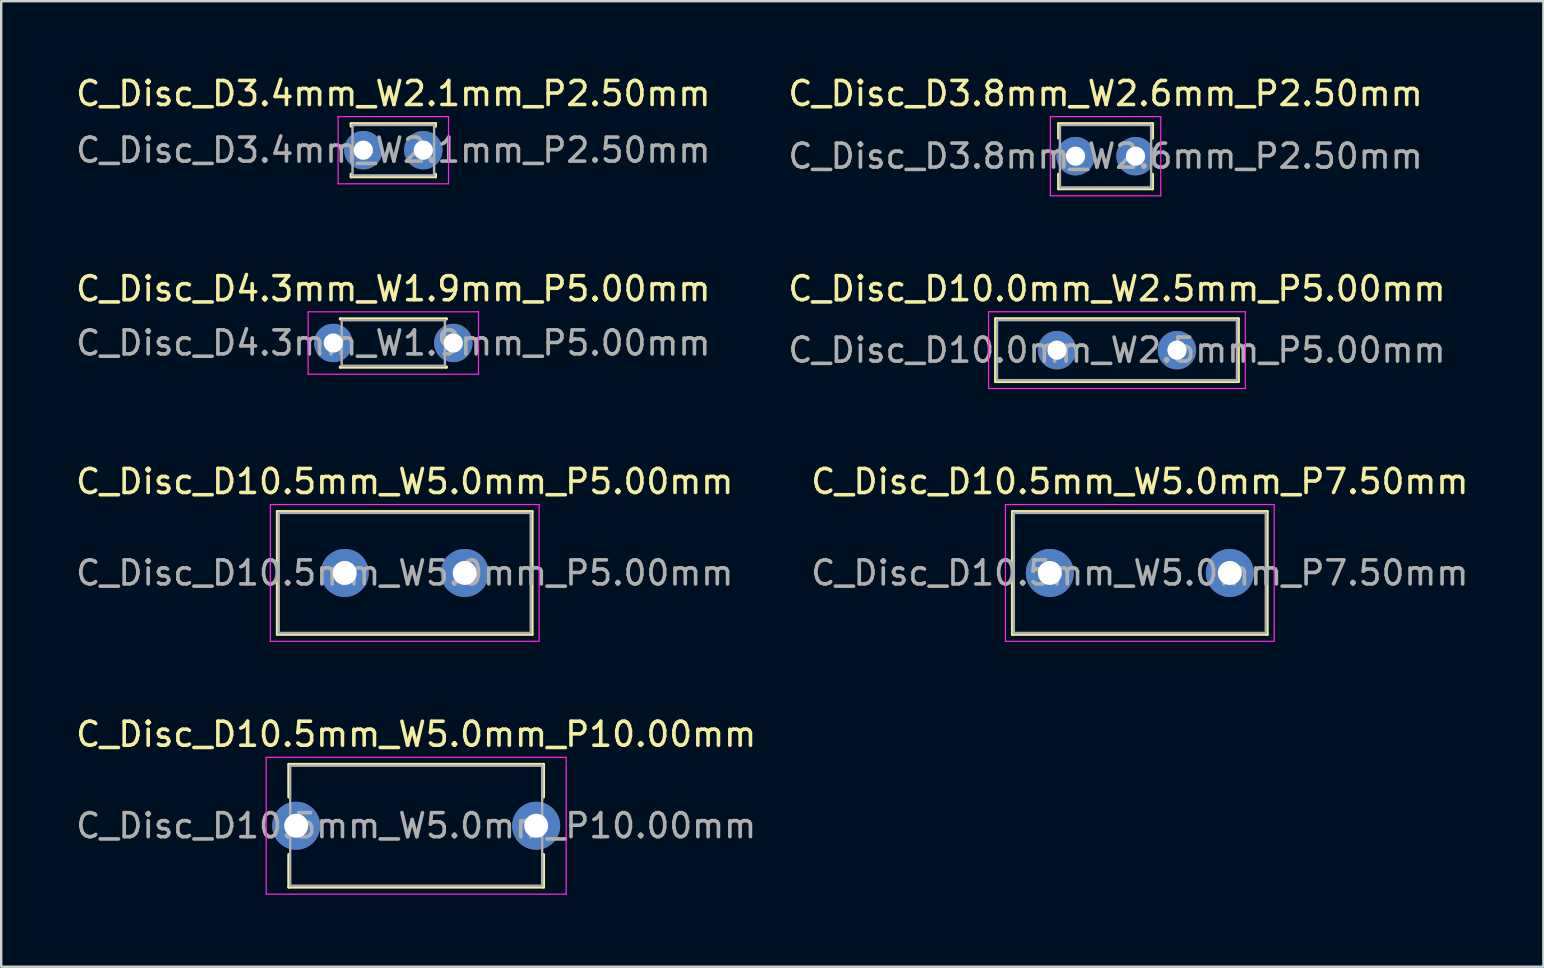
<source format=kicad_pcb>
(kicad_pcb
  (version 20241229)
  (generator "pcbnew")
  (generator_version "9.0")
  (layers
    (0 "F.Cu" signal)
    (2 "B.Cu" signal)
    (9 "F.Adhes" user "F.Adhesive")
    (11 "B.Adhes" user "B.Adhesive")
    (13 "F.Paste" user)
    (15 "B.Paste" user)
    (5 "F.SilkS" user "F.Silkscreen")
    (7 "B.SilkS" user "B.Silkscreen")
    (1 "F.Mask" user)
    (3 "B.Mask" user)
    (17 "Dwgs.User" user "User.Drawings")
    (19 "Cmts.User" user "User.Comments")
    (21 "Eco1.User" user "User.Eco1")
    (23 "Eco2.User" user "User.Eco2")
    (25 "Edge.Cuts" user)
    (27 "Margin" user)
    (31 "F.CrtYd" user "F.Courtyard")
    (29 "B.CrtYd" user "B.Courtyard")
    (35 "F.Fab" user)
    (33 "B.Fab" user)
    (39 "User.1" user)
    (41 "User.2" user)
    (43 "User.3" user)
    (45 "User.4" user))
  (footprint "C_Disc_D10.5mm_W5.0mm_P10.00mm"
    (layer "F.Cu")
    (at 9.292 31.358)
    (property "Reference" "C_Disc_D10.5mm_W5.0mm_P10.00mm" (at 5 -3.81 0) (layer "F.SilkS") (effects (font (size 1 1) (thickness 0.15))))
    (attr through_hole)
    (fp_line (start -0.31 -2.56) (end -0.31 -1.195) (stroke (width 0.12) (type solid)) (layer "F.SilkS"))
    (fp_line (start -0.31 -2.56) (end 10.31 -2.56) (stroke (width 0.12) (type solid)) (layer "F.SilkS"))
    (fp_line (start -0.31 1.195) (end -0.31 2.56) (stroke (width 0.12) (type solid)) (layer "F.SilkS"))
    (fp_line (start -0.31 2.56) (end 10.31 2.56) (stroke (width 0.12) (type solid)) (layer "F.SilkS"))
    (fp_line (start 10.31 -2.56) (end 10.31 -1.195) (stroke (width 0.12) (type solid)) (layer "F.SilkS"))
    (fp_line (start 10.31 1.195) (end 10.31 2.56) (stroke (width 0.12) (type solid)) (layer "F.SilkS"))
    (fp_line (start -1.25 -2.85) (end -1.25 2.85) (stroke (width 0.05) (type solid)) (layer "F.CrtYd"))
    (fp_line (start -1.25 2.85) (end 11.25 2.85) (stroke (width 0.05) (type solid)) (layer "F.CrtYd"))
    (fp_line (start 11.25 -2.85) (end -1.25 -2.85) (stroke (width 0.05) (type solid)) (layer "F.CrtYd"))
    (fp_line (start 11.25 2.85) (end 11.25 -2.85) (stroke (width 0.05) (type solid)) (layer "F.CrtYd"))
    (fp_line (start -0.25 -2.5) (end -0.25 2.5) (stroke (width 0.1) (type solid)) (layer "F.Fab"))
    (fp_line (start -0.25 2.5) (end 10.25 2.5) (stroke (width 0.1) (type solid)) (layer "F.Fab"))
    (fp_line (start 10.25 -2.5) (end -0.25 -2.5) (stroke (width 0.1) (type solid)) (layer "F.Fab"))
    (fp_line (start 10.25 2.5) (end 10.25 -2.5) (stroke (width 0.1) (type solid)) (layer "F.Fab"))
    (fp_text user "${REFERENCE}" (at 5 0 0) (layer "F.Fab") (effects (font (size 1 1) (thickness 0.15))))
    (pad "1" thru_hole circle (at 0 0) (size 2 2) (drill 1) (layers "*.Cu" "*.Mask"))
    (pad "2" thru_hole circle (at 10 0) (size 2 2) (drill 1) (layers "*.Cu" "*.Mask")))
  (footprint "C_Disc_D10.5mm_W5.0mm_P7.50mm"
    (layer "F.Cu")
    (at 40.696 20.825)
    (property "Reference" "C_Disc_D10.5mm_W5.0mm_P7.50mm" (at 3.75 -3.81 0) (layer "F.SilkS") (effects (font (size 1 1) (thickness 0.15))))
    (attr through_hole)
    (fp_line (start -1.56 -2.56) (end -1.56 2.56) (stroke (width 0.12) (type solid)) (layer "F.SilkS"))
    (fp_line (start -1.56 -2.56) (end 9.06 -2.56) (stroke (width 0.12) (type solid)) (layer "F.SilkS"))
    (fp_line (start -1.56 2.56) (end 9.06 2.56) (stroke (width 0.12) (type solid)) (layer "F.SilkS"))
    (fp_line (start 9.06 -2.56) (end 9.06 2.56) (stroke (width 0.12) (type solid)) (layer "F.SilkS"))
    (fp_line (start -1.85 -2.85) (end -1.85 2.85) (stroke (width 0.05) (type solid)) (layer "F.CrtYd"))
    (fp_line (start -1.85 2.85) (end 9.35 2.85) (stroke (width 0.05) (type solid)) (layer "F.CrtYd"))
    (fp_line (start 9.35 -2.85) (end -1.85 -2.85) (stroke (width 0.05) (type solid)) (layer "F.CrtYd"))
    (fp_line (start 9.35 2.85) (end 9.35 -2.85) (stroke (width 0.05) (type solid)) (layer "F.CrtYd"))
    (fp_line (start -1.5 -2.5) (end -1.5 2.5) (stroke (width 0.1) (type solid)) (layer "F.Fab"))
    (fp_line (start -1.5 2.5) (end 9 2.5) (stroke (width 0.1) (type solid)) (layer "F.Fab"))
    (fp_line (start 9 -2.5) (end -1.5 -2.5) (stroke (width 0.1) (type solid)) (layer "F.Fab"))
    (fp_line (start 9 2.5) (end 9 -2.5) (stroke (width 0.1) (type solid)) (layer "F.Fab"))
    (fp_text user "${REFERENCE}" (at 3.75 0 0) (layer "F.Fab") (effects (font (size 1 1) (thickness 0.15))))
    (pad "1" thru_hole circle (at 0 0) (size 2 2) (drill 1) (layers "*.Cu" "*.Mask"))
    (pad "2" thru_hole circle (at 7.5 0) (size 2 2) (drill 1) (layers "*.Cu" "*.Mask")))
  (footprint "C_Disc_D4.3mm_W1.9mm_P5.00mm"
    (layer "F.Cu")
    (at 10.839 11.242)
    (property "Reference" "C_Disc_D4.3mm_W1.9mm_P5.00mm" (at 2.5 -2.26 0) (layer "F.SilkS") (effects (font (size 1 1) (thickness 0.15))))
    (attr through_hole)
    (fp_line (start 0.29 -1.01) (end 0.29 -0.996) (stroke (width 0.12) (type solid)) (layer "F.SilkS"))
    (fp_line (start 0.29 -1.01) (end 4.71 -1.01) (stroke (width 0.12) (type solid)) (layer "F.SilkS"))
    (fp_line (start 0.29 0.996) (end 0.29 1.01) (stroke (width 0.12) (type solid)) (layer "F.SilkS"))
    (fp_line (start 0.29 1.01) (end 4.71 1.01) (stroke (width 0.12) (type solid)) (layer "F.SilkS"))
    (fp_line (start 4.71 -1.01) (end 4.71 -0.996) (stroke (width 0.12) (type solid)) (layer "F.SilkS"))
    (fp_line (start 4.71 0.996) (end 4.71 1.01) (stroke (width 0.12) (type solid)) (layer "F.SilkS"))
    (fp_line (start -1.05 -1.3) (end -1.05 1.3) (stroke (width 0.05) (type solid)) (layer "F.CrtYd"))
    (fp_line (start -1.05 1.3) (end 6.05 1.3) (stroke (width 0.05) (type solid)) (layer "F.CrtYd"))
    (fp_line (start 6.05 -1.3) (end -1.05 -1.3) (stroke (width 0.05) (type solid)) (layer "F.CrtYd"))
    (fp_line (start 6.05 1.3) (end 6.05 -1.3) (stroke (width 0.05) (type solid)) (layer "F.CrtYd"))
    (fp_line (start 0.35 -0.95) (end 0.35 0.95) (stroke (width 0.1) (type solid)) (layer "F.Fab"))
    (fp_line (start 0.35 0.95) (end 4.65 0.95) (stroke (width 0.1) (type solid)) (layer "F.Fab"))
    (fp_line (start 4.65 -0.95) (end 0.35 -0.95) (stroke (width 0.1) (type solid)) (layer "F.Fab"))
    (fp_line (start 4.65 0.95) (end 4.65 -0.95) (stroke (width 0.1) (type solid)) (layer "F.Fab"))
    (fp_text user "${REFERENCE}" (at 2.5 0 0) (layer "F.Fab") (effects (font (size 1 1) (thickness 0.15))))
    (pad "1" thru_hole circle (at 0 0) (size 1.6 1.6) (drill 0.8) (layers "*.Cu" "*.Mask"))
    (pad "2" thru_hole circle (at 5 0) (size 1.6 1.6) (drill 0.8) (layers "*.Cu" "*.Mask")))
  (footprint "C_Disc_D3.8mm_W2.6mm_P2.50mm"
    (layer "F.Cu")
    (at 41.768 3.458)
    (property "Reference" "C_Disc_D3.8mm_W2.6mm_P2.50mm" (at 1.25 -2.61 0) (layer "F.SilkS") (effects (font (size 1 1) (thickness 0.15))))
    (attr through_hole)
    (fp_line (start -0.71 -1.36) (end -0.71 -0.75) (stroke (width 0.12) (type solid)) (layer "F.SilkS"))
    (fp_line (start -0.71 -1.36) (end 3.21 -1.36) (stroke (width 0.12) (type solid)) (layer "F.SilkS"))
    (fp_line (start -0.71 0.75) (end -0.71 1.36) (stroke (width 0.12) (type solid)) (layer "F.SilkS"))
    (fp_line (start -0.71 1.36) (end 3.21 1.36) (stroke (width 0.12) (type solid)) (layer "F.SilkS"))
    (fp_line (start 3.21 -1.36) (end 3.21 -0.75) (stroke (width 0.12) (type solid)) (layer "F.SilkS"))
    (fp_line (start 3.21 0.75) (end 3.21 1.36) (stroke (width 0.12) (type solid)) (layer "F.SilkS"))
    (fp_line (start -1.05 -1.65) (end -1.05 1.65) (stroke (width 0.05) (type solid)) (layer "F.CrtYd"))
    (fp_line (start -1.05 1.65) (end 3.55 1.65) (stroke (width 0.05) (type solid)) (layer "F.CrtYd"))
    (fp_line (start 3.55 -1.65) (end -1.05 -1.65) (stroke (width 0.05) (type solid)) (layer "F.CrtYd"))
    (fp_line (start 3.55 1.65) (end 3.55 -1.65) (stroke (width 0.05) (type solid)) (layer "F.CrtYd"))
    (fp_line (start -0.65 -1.3) (end -0.65 1.3) (stroke (width 0.1) (type solid)) (layer "F.Fab"))
    (fp_line (start -0.65 1.3) (end 3.15 1.3) (stroke (width 0.1) (type solid)) (layer "F.Fab"))
    (fp_line (start 3.15 -1.3) (end -0.65 -1.3) (stroke (width 0.1) (type solid)) (layer "F.Fab"))
    (fp_line (start 3.15 1.3) (end 3.15 -1.3) (stroke (width 0.1) (type solid)) (layer "F.Fab"))
    (fp_text user "${REFERENCE}" (at 1.25 0 0) (layer "F.Fab") (effects (font (size 1 1) (thickness 0.15))))
    (pad "1" thru_hole circle (at 0 0) (size 1.6 1.6) (drill 0.8) (layers "*.Cu" "*.Mask"))
    (pad "2" thru_hole circle (at 2.5 0) (size 1.6 1.6) (drill 0.8) (layers "*.Cu" "*.Mask")))
  (footprint "C_Disc_D10.0mm_W2.5mm_P5.00mm"
    (layer "F.Cu")
    (at 40.994 11.541)
    (property "Reference" "C_Disc_D10.0mm_W2.5mm_P5.00mm" (at 2.5 -2.56 0) (layer "F.SilkS") (effects (font (size 1 1) (thickness 0.15))))
    (attr through_hole)
    (fp_line (start -2.56 -1.31) (end -2.56 1.31) (stroke (width 0.12) (type solid)) (layer "F.SilkS"))
    (fp_line (start -2.56 -1.31) (end 7.56 -1.31) (stroke (width 0.12) (type solid)) (layer "F.SilkS"))
    (fp_line (start -2.56 1.31) (end 7.56 1.31) (stroke (width 0.12) (type solid)) (layer "F.SilkS"))
    (fp_line (start 7.56 -1.31) (end 7.56 1.31) (stroke (width 0.12) (type solid)) (layer "F.SilkS"))
    (fp_line (start -2.85 -1.6) (end -2.85 1.6) (stroke (width 0.05) (type solid)) (layer "F.CrtYd"))
    (fp_line (start -2.85 1.6) (end 7.85 1.6) (stroke (width 0.05) (type solid)) (layer "F.CrtYd"))
    (fp_line (start 7.85 -1.6) (end -2.85 -1.6) (stroke (width 0.05) (type solid)) (layer "F.CrtYd"))
    (fp_line (start 7.85 1.6) (end 7.85 -1.6) (stroke (width 0.05) (type solid)) (layer "F.CrtYd"))
    (fp_line (start -2.5 -1.25) (end -2.5 1.25) (stroke (width 0.1) (type solid)) (layer "F.Fab"))
    (fp_line (start -2.5 1.25) (end 7.5 1.25) (stroke (width 0.1) (type solid)) (layer "F.Fab"))
    (fp_line (start 7.5 -1.25) (end -2.5 -1.25) (stroke (width 0.1) (type solid)) (layer "F.Fab"))
    (fp_line (start 7.5 1.25) (end 7.5 -1.25) (stroke (width 0.1) (type solid)) (layer "F.Fab"))
    (fp_text user "${REFERENCE}" (at 2.5 0 0) (layer "F.Fab") (effects (font (size 1 1) (thickness 0.15))))
    (pad "1" thru_hole circle (at 0 0) (size 1.6 1.6) (drill 0.8) (layers "*.Cu" "*.Mask"))
    (pad "2" thru_hole circle (at 5 0) (size 1.6 1.6) (drill 0.8) (layers "*.Cu" "*.Mask")))
  (footprint "C_Disc_D3.4mm_W2.1mm_P2.50mm"
    (layer "F.Cu")
    (at 12.089 3.208)
    (property "Reference" "C_Disc_D3.4mm_W2.1mm_P2.50mm" (at 1.25 -2.36 0) (layer "F.SilkS") (effects (font (size 1 1) (thickness 0.15))))
    (attr through_hole)
    (fp_line (start -0.51 -1.11) (end -0.51 -0.996) (stroke (width 0.12) (type solid)) (layer "F.SilkS"))
    (fp_line (start -0.51 -1.11) (end 3.01 -1.11) (stroke (width 0.12) (type solid)) (layer "F.SilkS"))
    (fp_line (start -0.51 0.996) (end -0.51 1.11) (stroke (width 0.12) (type solid)) (layer "F.SilkS"))
    (fp_line (start -0.51 1.11) (end 3.01 1.11) (stroke (width 0.12) (type solid)) (layer "F.SilkS"))
    (fp_line (start 3.01 -1.11) (end 3.01 -0.996) (stroke (width 0.12) (type solid)) (layer "F.SilkS"))
    (fp_line (start 3.01 0.996) (end 3.01 1.11) (stroke (width 0.12) (type solid)) (layer "F.SilkS"))
    (fp_line (start -1.05 -1.4) (end -1.05 1.4) (stroke (width 0.05) (type solid)) (layer "F.CrtYd"))
    (fp_line (start -1.05 1.4) (end 3.55 1.4) (stroke (width 0.05) (type solid)) (layer "F.CrtYd"))
    (fp_line (start 3.55 -1.4) (end -1.05 -1.4) (stroke (width 0.05) (type solid)) (layer "F.CrtYd"))
    (fp_line (start 3.55 1.4) (end 3.55 -1.4) (stroke (width 0.05) (type solid)) (layer "F.CrtYd"))
    (fp_line (start -0.45 -1.05) (end -0.45 1.05) (stroke (width 0.1) (type solid)) (layer "F.Fab"))
    (fp_line (start -0.45 1.05) (end 2.95 1.05) (stroke (width 0.1) (type solid)) (layer "F.Fab"))
    (fp_line (start 2.95 -1.05) (end -0.45 -1.05) (stroke (width 0.1) (type solid)) (layer "F.Fab"))
    (fp_line (start 2.95 1.05) (end 2.95 -1.05) (stroke (width 0.1) (type solid)) (layer "F.Fab"))
    (fp_text user "${REFERENCE}" (at 1.25 0 0) (layer "F.Fab") (effects (font (size 1 1) (thickness 0.15))))
    (pad "1" thru_hole circle (at 0 0) (size 1.6 1.6) (drill 0.8) (layers "*.Cu" "*.Mask"))
    (pad "2" thru_hole circle (at 2.5 0) (size 1.6 1.6) (drill 0.8) (layers "*.Cu" "*.Mask")))
  (footprint "C_Disc_D10.5mm_W5.0mm_P5.00mm"
    (layer "F.Cu")
    (at 11.315 20.825)
    (property "Reference" "C_Disc_D10.5mm_W5.0mm_P5.00mm" (at 2.5 -3.81 0) (layer "F.SilkS") (effects (font (size 1 1) (thickness 0.15))))
    (attr through_hole)
    (fp_line (start -2.81 -2.56) (end -2.81 2.56) (stroke (width 0.12) (type solid)) (layer "F.SilkS"))
    (fp_line (start -2.81 -2.56) (end 7.81 -2.56) (stroke (width 0.12) (type solid)) (layer "F.SilkS"))
    (fp_line (start -2.81 2.56) (end 7.81 2.56) (stroke (width 0.12) (type solid)) (layer "F.SilkS"))
    (fp_line (start 7.81 -2.56) (end 7.81 2.56) (stroke (width 0.12) (type solid)) (layer "F.SilkS"))
    (fp_line (start -3.1 -2.85) (end -3.1 2.85) (stroke (width 0.05) (type solid)) (layer "F.CrtYd"))
    (fp_line (start -3.1 2.85) (end 8.1 2.85) (stroke (width 0.05) (type solid)) (layer "F.CrtYd"))
    (fp_line (start 8.1 -2.85) (end -3.1 -2.85) (stroke (width 0.05) (type solid)) (layer "F.CrtYd"))
    (fp_line (start 8.1 2.85) (end 8.1 -2.85) (stroke (width 0.05) (type solid)) (layer "F.CrtYd"))
    (fp_line (start -2.75 -2.5) (end -2.75 2.5) (stroke (width 0.1) (type solid)) (layer "F.Fab"))
    (fp_line (start -2.75 2.5) (end 7.75 2.5) (stroke (width 0.1) (type solid)) (layer "F.Fab"))
    (fp_line (start 7.75 -2.5) (end -2.75 -2.5) (stroke (width 0.1) (type solid)) (layer "F.Fab"))
    (fp_line (start 7.75 2.5) (end 7.75 -2.5) (stroke (width 0.1) (type solid)) (layer "F.Fab"))
    (fp_text user "${REFERENCE}" (at 2.5 0 0) (layer "F.Fab") (effects (font (size 1 1) (thickness 0.15))))
    (pad "1" thru_hole circle (at 0 0) (size 2 2) (drill 1) (layers "*.Cu" "*.Mask"))
    (pad "2" thru_hole circle (at 5 0) (size 2 2) (drill 1) (layers "*.Cu" "*.Mask")))
  (gr_rect
    (start -3 -3)
    (end 61.262 37.233)
    (stroke (width 0.1) (type default))
    (fill no)
    (layer "Edge.Cuts")))
</source>
